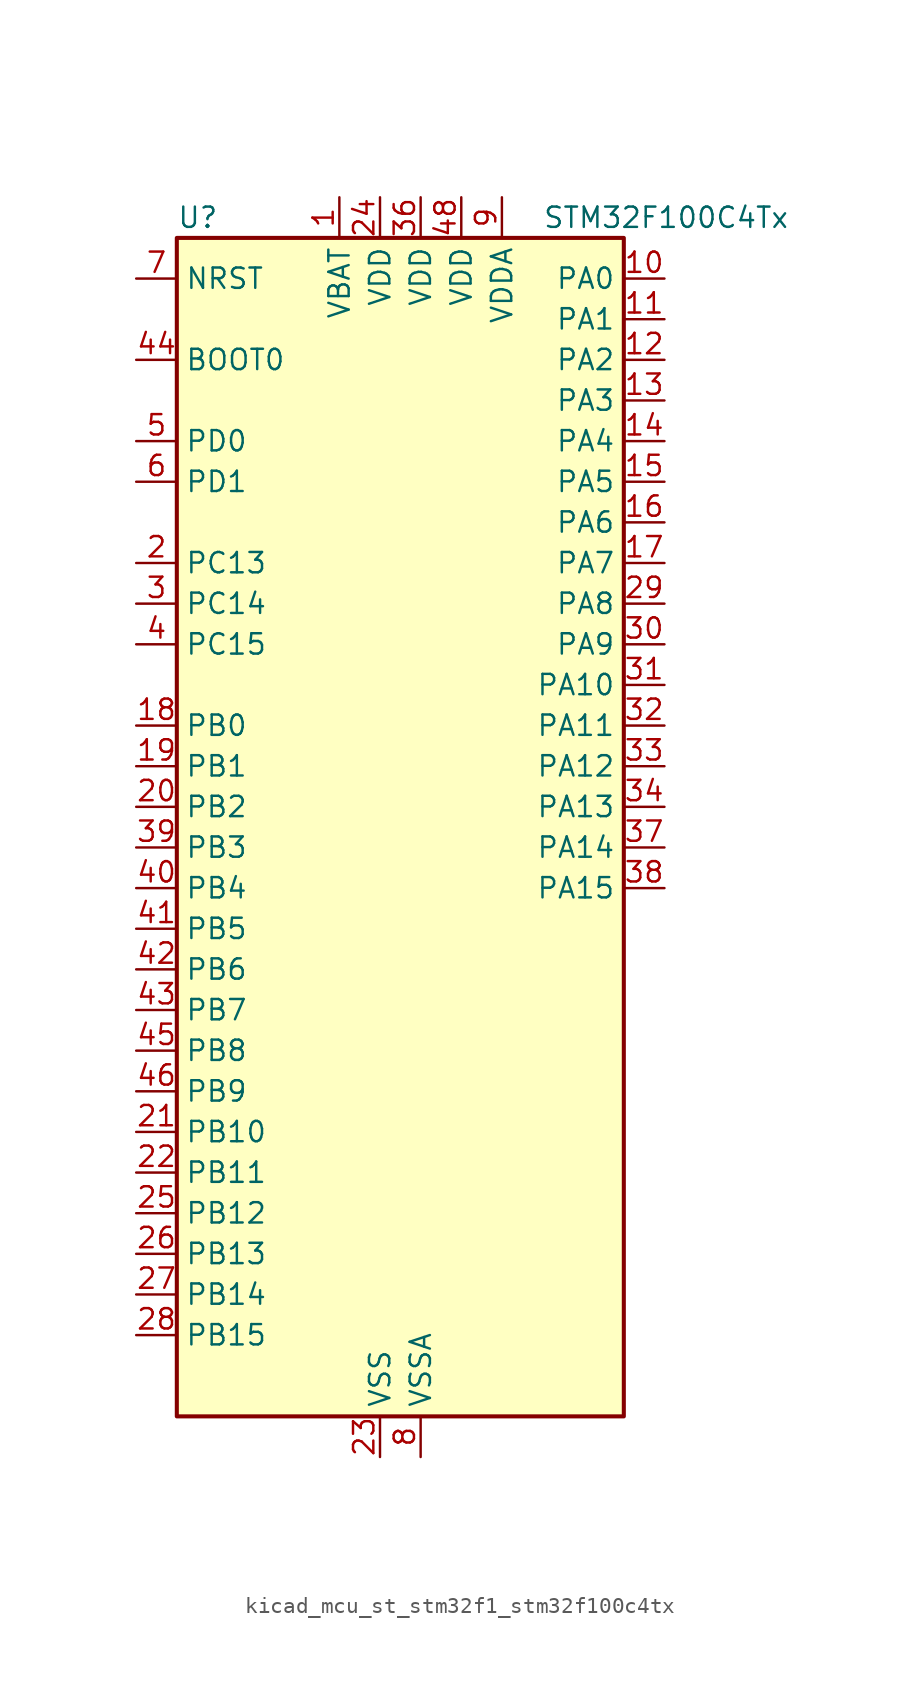
<source format=kicad_sym>
(kicad_symbol_lib
  (version 20220914)
  (generator kicad_symbol_editor)
  (symbol "kicad_mcu_st_stm32f1_stm32f100c4tx"
    (property "Reference" "U"
      (at -12.7 39.37 0)
      (effects (font (size 1.27 1.27)) (justify left)))
    (property "Value" "STM32F100C4Tx"
      (at 10.16 39.37 0)
      (effects (font (size 1.27 1.27)) (justify left)))
    (property "ki_locked" ""
      (at 0 0 0)
      (effects (font (size 1.27 1.27))))
    (symbol "kicad_mcu_st_stm32f1_stm32f100c4tx_0_1"
      (rectangle (start -12.7 -35.56) (end 15.24 38.1) (stroke (width 0.254) (type default)) (fill (type background))))
    (symbol "kicad_mcu_st_stm32f1_stm32f100c4tx_1_1"
      (pin power_in line (at -2.54 40.64 270) (length 2.54) (name "VBAT" (effects (font (size 1.27 1.27)))) (number "1" (effects (font (size 1.27 1.27)))))
      (pin bidirectional line (at 17.78 35.56 180) (length 2.54) (name "PA0" (effects (font (size 1.27 1.27)))) (number "10" (effects (font (size 1.27 1.27)))) (alternate "ADC1_IN0" bidirectional line) (alternate "SYS_WKUP" bidirectional line) (alternate "TIM2_CH1" bidirectional line) (alternate "TIM2_ETR" bidirectional line) (alternate "USART2_CTS" bidirectional line))
      (pin bidirectional line (at 17.78 33.02 180) (length 2.54) (name "PA1" (effects (font (size 1.27 1.27)))) (number "11" (effects (font (size 1.27 1.27)))) (alternate "ADC1_IN1" bidirectional line) (alternate "TIM2_CH2" bidirectional line) (alternate "USART2_RTS" bidirectional line))
      (pin bidirectional line (at 17.78 30.48 180) (length 2.54) (name "PA2" (effects (font (size 1.27 1.27)))) (number "12" (effects (font (size 1.27 1.27)))) (alternate "ADC1_IN2" bidirectional line) (alternate "TIM15_CH1" bidirectional line) (alternate "TIM2_CH3" bidirectional line) (alternate "USART2_TX" bidirectional line))
      (pin bidirectional line (at 17.78 27.94 180) (length 2.54) (name "PA3" (effects (font (size 1.27 1.27)))) (number "13" (effects (font (size 1.27 1.27)))) (alternate "ADC1_IN3" bidirectional line) (alternate "TIM15_CH2" bidirectional line) (alternate "TIM2_CH4" bidirectional line) (alternate "USART2_RX" bidirectional line))
      (pin bidirectional line (at 17.78 25.4 180) (length 2.54) (name "PA4" (effects (font (size 1.27 1.27)))) (number "14" (effects (font (size 1.27 1.27)))) (alternate "ADC1_IN4" bidirectional line) (alternate "DAC_OUT1" bidirectional line) (alternate "SPI1_NSS" bidirectional line) (alternate "USART2_CK" bidirectional line))
      (pin bidirectional line (at 17.78 22.86 180) (length 2.54) (name "PA5" (effects (font (size 1.27 1.27)))) (number "15" (effects (font (size 1.27 1.27)))) (alternate "ADC1_IN5" bidirectional line) (alternate "DAC_OUT2" bidirectional line) (alternate "SPI1_SCK" bidirectional line))
      (pin bidirectional line (at 17.78 20.32 180) (length 2.54) (name "PA6" (effects (font (size 1.27 1.27)))) (number "16" (effects (font (size 1.27 1.27)))) (alternate "ADC1_IN6" bidirectional line) (alternate "SPI1_MISO" bidirectional line) (alternate "TIM16_CH1" bidirectional line) (alternate "TIM1_BKIN" bidirectional line) (alternate "TIM3_CH1" bidirectional line))
      (pin bidirectional line (at 17.78 17.78 180) (length 2.54) (name "PA7" (effects (font (size 1.27 1.27)))) (number "17" (effects (font (size 1.27 1.27)))) (alternate "ADC1_IN7" bidirectional line) (alternate "SPI1_MOSI" bidirectional line) (alternate "TIM17_CH1" bidirectional line) (alternate "TIM1_CH1N" bidirectional line) (alternate "TIM3_CH2" bidirectional line))
      (pin bidirectional line (at -15.24 7.62 0) (length 2.54) (name "PB0" (effects (font (size 1.27 1.27)))) (number "18" (effects (font (size 1.27 1.27)))) (alternate "ADC1_IN8" bidirectional line) (alternate "TIM1_CH2N" bidirectional line) (alternate "TIM3_CH3" bidirectional line))
      (pin bidirectional line (at -15.24 5.08 0) (length 2.54) (name "PB1" (effects (font (size 1.27 1.27)))) (number "19" (effects (font (size 1.27 1.27)))) (alternate "ADC1_IN9" bidirectional line) (alternate "TIM1_CH3N" bidirectional line) (alternate "TIM3_CH4" bidirectional line))
      (pin bidirectional line (at -15.24 17.78 0) (length 2.54) (name "PC13" (effects (font (size 1.27 1.27)))) (number "2" (effects (font (size 1.27 1.27)))) (alternate "RTC_OUT" bidirectional line) (alternate "RTC_TAMPER" bidirectional line))
      (pin bidirectional line (at -15.24 2.54 0) (length 2.54) (name "PB2" (effects (font (size 1.27 1.27)))) (number "20" (effects (font (size 1.27 1.27)))))
      (pin bidirectional line (at -15.24 -17.78 0) (length 2.54) (name "PB10" (effects (font (size 1.27 1.27)))) (number "21" (effects (font (size 1.27 1.27)))) (alternate "CEC" bidirectional line) (alternate "TIM2_CH3" bidirectional line))
      (pin bidirectional line (at -15.24 -20.32 0) (length 2.54) (name "PB11" (effects (font (size 1.27 1.27)))) (number "22" (effects (font (size 1.27 1.27)))) (alternate "ADC1_EXTI11" bidirectional line) (alternate "TIM2_CH4" bidirectional line))
      (pin power_in line (at 0 -38.1 90) (length 2.54) (name "VSS" (effects (font (size 1.27 1.27)))) (number "23" (effects (font (size 1.27 1.27)))))
      (pin power_in line (at 0 40.64 270) (length 2.54) (name "VDD" (effects (font (size 1.27 1.27)))) (number "24" (effects (font (size 1.27 1.27)))))
      (pin bidirectional line (at -15.24 -22.86 0) (length 2.54) (name "PB12" (effects (font (size 1.27 1.27)))) (number "25" (effects (font (size 1.27 1.27)))) (alternate "TIM1_BKIN" bidirectional line))
      (pin bidirectional line (at -15.24 -25.4 0) (length 2.54) (name "PB13" (effects (font (size 1.27 1.27)))) (number "26" (effects (font (size 1.27 1.27)))) (alternate "TIM1_CH1N" bidirectional line))
      (pin bidirectional line (at -15.24 -27.94 0) (length 2.54) (name "PB14" (effects (font (size 1.27 1.27)))) (number "27" (effects (font (size 1.27 1.27)))) (alternate "TIM15_CH1" bidirectional line) (alternate "TIM1_CH2N" bidirectional line))
      (pin bidirectional line (at -15.24 -30.48 0) (length 2.54) (name "PB15" (effects (font (size 1.27 1.27)))) (number "28" (effects (font (size 1.27 1.27)))) (alternate "ADC1_EXTI15" bidirectional line) (alternate "TIM15_CH1N" bidirectional line) (alternate "TIM15_CH2" bidirectional line) (alternate "TIM1_CH3N" bidirectional line))
      (pin bidirectional line (at 17.78 15.24 180) (length 2.54) (name "PA8" (effects (font (size 1.27 1.27)))) (number "29" (effects (font (size 1.27 1.27)))) (alternate "RCC_MCO" bidirectional line) (alternate "TIM1_CH1" bidirectional line) (alternate "USART1_CK" bidirectional line))
      (pin bidirectional line (at -15.24 15.24 0) (length 2.54) (name "PC14" (effects (font (size 1.27 1.27)))) (number "3" (effects (font (size 1.27 1.27)))) (alternate "RCC_OSC32_IN" bidirectional line))
      (pin bidirectional line (at 17.78 12.7 180) (length 2.54) (name "PA9" (effects (font (size 1.27 1.27)))) (number "30" (effects (font (size 1.27 1.27)))) (alternate "DAC_EXTI9" bidirectional line) (alternate "TIM15_BKIN" bidirectional line) (alternate "TIM1_CH2" bidirectional line) (alternate "USART1_TX" bidirectional line))
      (pin bidirectional line (at 17.78 10.16 180) (length 2.54) (name "PA10" (effects (font (size 1.27 1.27)))) (number "31" (effects (font (size 1.27 1.27)))) (alternate "TIM17_BKIN" bidirectional line) (alternate "TIM1_CH3" bidirectional line) (alternate "USART1_RX" bidirectional line))
      (pin bidirectional line (at 17.78 7.62 180) (length 2.54) (name "PA11" (effects (font (size 1.27 1.27)))) (number "32" (effects (font (size 1.27 1.27)))) (alternate "ADC1_EXTI11" bidirectional line) (alternate "TIM1_CH4" bidirectional line) (alternate "USART1_CTS" bidirectional line))
      (pin bidirectional line (at 17.78 5.08 180) (length 2.54) (name "PA12" (effects (font (size 1.27 1.27)))) (number "33" (effects (font (size 1.27 1.27)))) (alternate "TIM1_ETR" bidirectional line) (alternate "USART1_RTS" bidirectional line))
      (pin bidirectional line (at 17.78 2.54 180) (length 2.54) (name "PA13" (effects (font (size 1.27 1.27)))) (number "34" (effects (font (size 1.27 1.27)))) (alternate "SYS_JTMS-SWDIO" bidirectional line))
      (pin passive line (at 0 -38.1 90) (length 2.54) hide (name "VSS" (effects (font (size 1.27 1.27)))) (number "35" (effects (font (size 1.27 1.27)))))
      (pin power_in line (at 2.54 40.64 270) (length 2.54) (name "VDD" (effects (font (size 1.27 1.27)))) (number "36" (effects (font (size 1.27 1.27)))))
      (pin bidirectional line (at 17.78 0 180) (length 2.54) (name "PA14" (effects (font (size 1.27 1.27)))) (number "37" (effects (font (size 1.27 1.27)))) (alternate "SYS_JTCK-SWCLK" bidirectional line))
      (pin bidirectional line (at 17.78 -2.54 180) (length 2.54) (name "PA15" (effects (font (size 1.27 1.27)))) (number "38" (effects (font (size 1.27 1.27)))) (alternate "ADC1_EXTI15" bidirectional line) (alternate "SPI1_NSS" bidirectional line) (alternate "SYS_JTDI" bidirectional line) (alternate "TIM2_CH1" bidirectional line) (alternate "TIM2_ETR" bidirectional line))
      (pin bidirectional line (at -15.24 0 0) (length 2.54) (name "PB3" (effects (font (size 1.27 1.27)))) (number "39" (effects (font (size 1.27 1.27)))) (alternate "SPI1_SCK" bidirectional line) (alternate "SYS_JTDO-TRACESWO" bidirectional line) (alternate "TIM2_CH2" bidirectional line))
      (pin bidirectional line (at -15.24 12.7 0) (length 2.54) (name "PC15" (effects (font (size 1.27 1.27)))) (number "4" (effects (font (size 1.27 1.27)))) (alternate "ADC1_EXTI15" bidirectional line) (alternate "RCC_OSC32_OUT" bidirectional line))
      (pin bidirectional line (at -15.24 -2.54 0) (length 2.54) (name "PB4" (effects (font (size 1.27 1.27)))) (number "40" (effects (font (size 1.27 1.27)))) (alternate "SPI1_MISO" bidirectional line) (alternate "SYS_NJTRST" bidirectional line) (alternate "TIM3_CH1" bidirectional line))
      (pin bidirectional line (at -15.24 -5.08 0) (length 2.54) (name "PB5" (effects (font (size 1.27 1.27)))) (number "41" (effects (font (size 1.27 1.27)))) (alternate "I2C1_SMBA" bidirectional line) (alternate "SPI1_MOSI" bidirectional line) (alternate "TIM16_BKIN" bidirectional line) (alternate "TIM3_CH2" bidirectional line))
      (pin bidirectional line (at -15.24 -7.62 0) (length 2.54) (name "PB6" (effects (font (size 1.27 1.27)))) (number "42" (effects (font (size 1.27 1.27)))) (alternate "I2C1_SCL" bidirectional line) (alternate "TIM16_CH1N" bidirectional line) (alternate "USART1_TX" bidirectional line))
      (pin bidirectional line (at -15.24 -10.16 0) (length 2.54) (name "PB7" (effects (font (size 1.27 1.27)))) (number "43" (effects (font (size 1.27 1.27)))) (alternate "I2C1_SDA" bidirectional line) (alternate "TIM17_CH1N" bidirectional line) (alternate "USART1_RX" bidirectional line))
      (pin input line (at -15.24 30.48 0) (length 2.54) (name "BOOT0" (effects (font (size 1.27 1.27)))) (number "44" (effects (font (size 1.27 1.27)))))
      (pin bidirectional line (at -15.24 -12.7 0) (length 2.54) (name "PB8" (effects (font (size 1.27 1.27)))) (number "45" (effects (font (size 1.27 1.27)))) (alternate "CEC" bidirectional line) (alternate "I2C1_SCL" bidirectional line) (alternate "TIM16_CH1" bidirectional line))
      (pin bidirectional line (at -15.24 -15.24 0) (length 2.54) (name "PB9" (effects (font (size 1.27 1.27)))) (number "46" (effects (font (size 1.27 1.27)))) (alternate "DAC_EXTI9" bidirectional line) (alternate "I2C1_SDA" bidirectional line) (alternate "TIM17_CH1" bidirectional line))
      (pin passive line (at 0 -38.1 90) (length 2.54) hide (name "VSS" (effects (font (size 1.27 1.27)))) (number "47" (effects (font (size 1.27 1.27)))))
      (pin power_in line (at 5.08 40.64 270) (length 2.54) (name "VDD" (effects (font (size 1.27 1.27)))) (number "48" (effects (font (size 1.27 1.27)))))
      (pin bidirectional line (at -15.24 25.4 0) (length 2.54) (name "PD0" (effects (font (size 1.27 1.27)))) (number "5" (effects (font (size 1.27 1.27)))) (alternate "RCC_OSC_IN" bidirectional line))
      (pin bidirectional line (at -15.24 22.86 0) (length 2.54) (name "PD1" (effects (font (size 1.27 1.27)))) (number "6" (effects (font (size 1.27 1.27)))) (alternate "RCC_OSC_OUT" bidirectional line))
      (pin input line (at -15.24 35.56 0) (length 2.54) (name "NRST" (effects (font (size 1.27 1.27)))) (number "7" (effects (font (size 1.27 1.27)))))
      (pin power_in line (at 2.54 -38.1 90) (length 2.54) (name "VSSA" (effects (font (size 1.27 1.27)))) (number "8" (effects (font (size 1.27 1.27)))))
      (pin power_in line (at 7.62 40.64 270) (length 2.54) (name "VDDA" (effects (font (size 1.27 1.27)))) (number "9" (effects (font (size 1.27 1.27))))))))
</source>
